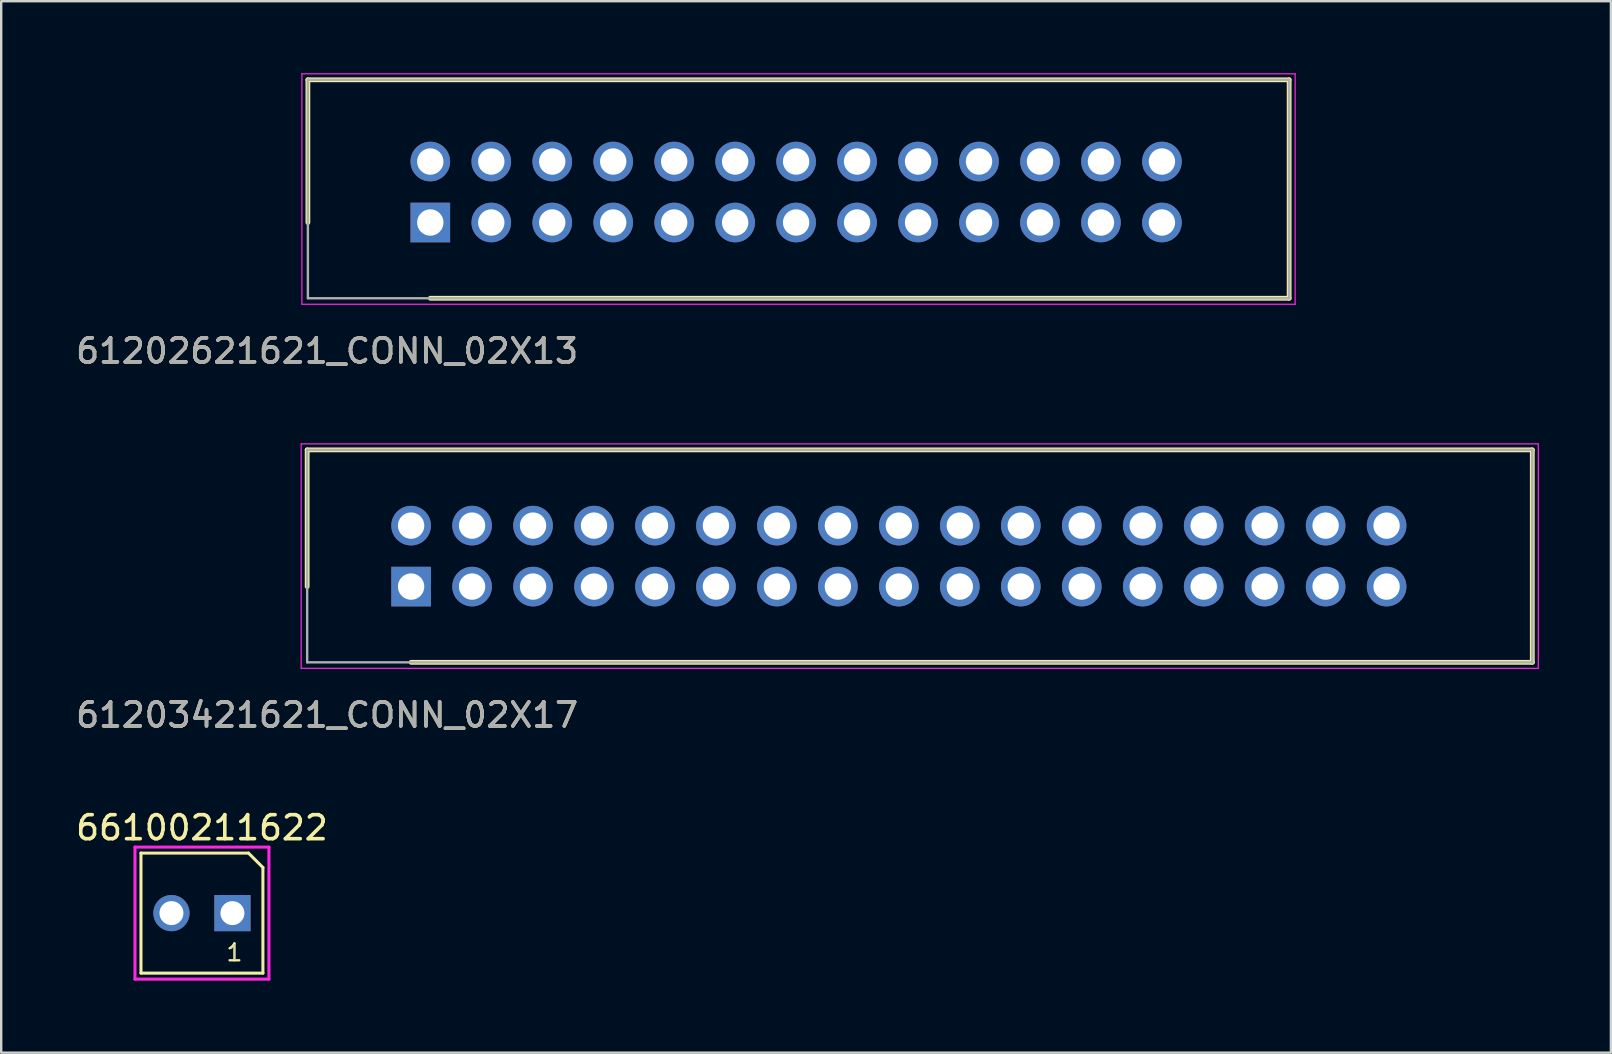
<source format=kicad_pcb>
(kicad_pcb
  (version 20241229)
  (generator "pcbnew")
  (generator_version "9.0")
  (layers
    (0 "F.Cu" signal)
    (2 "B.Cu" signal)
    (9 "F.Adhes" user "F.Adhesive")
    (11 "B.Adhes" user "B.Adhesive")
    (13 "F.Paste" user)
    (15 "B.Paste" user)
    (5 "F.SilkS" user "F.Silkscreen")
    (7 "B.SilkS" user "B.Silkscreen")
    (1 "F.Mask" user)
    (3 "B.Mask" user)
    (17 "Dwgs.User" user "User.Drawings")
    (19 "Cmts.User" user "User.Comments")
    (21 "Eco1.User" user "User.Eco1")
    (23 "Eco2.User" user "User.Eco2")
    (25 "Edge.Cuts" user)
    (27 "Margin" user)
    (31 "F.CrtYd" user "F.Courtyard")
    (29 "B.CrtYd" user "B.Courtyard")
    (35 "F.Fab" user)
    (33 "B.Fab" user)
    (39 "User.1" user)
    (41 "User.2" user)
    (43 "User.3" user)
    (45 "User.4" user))
  (footprint "61203421621_CONN_02X17"
    (layer "F.Cu")
    (at 14.077 21.388)
    (property "Reference" "61203421621_CONN_02X17" (at -3.5 5.35 0) (layer "F.SilkS") (effects (font (size 1 1) (thickness 0.15))))
    (attr through_hole)
    (fp_line (start -4.33 -5.695) (end -4.33 0) (stroke (width 0.2) (type solid)) (layer "F.SilkS"))
    (fp_line (start 0 3.155) (end 46.71 3.155) (stroke (width 0.2) (type solid)) (layer "F.SilkS"))
    (fp_line (start 46.71 -5.695) (end -4.33 -5.695) (stroke (width 0.2) (type solid)) (layer "F.SilkS"))
    (fp_line (start 46.71 3.155) (end 46.71 -5.695) (stroke (width 0.2) (type solid)) (layer "F.SilkS"))
    (fp_line (start -4.58 -5.945) (end 46.96 -5.945) (stroke (width 0.05) (type solid)) (layer "F.CrtYd"))
    (fp_line (start -4.58 3.405) (end -4.58 -5.945) (stroke (width 0.05) (type solid)) (layer "F.CrtYd"))
    (fp_line (start 46.96 -5.945) (end 46.96 3.405) (stroke (width 0.05) (type solid)) (layer "F.CrtYd"))
    (fp_line (start 46.96 3.405) (end -4.58 3.405) (stroke (width 0.05) (type solid)) (layer "F.CrtYd"))
    (fp_line (start -4.33 -5.695) (end 46.71 -5.695) (stroke (width 0.1) (type solid)) (layer "F.Fab"))
    (fp_line (start -4.33 3.155) (end -4.33 -5.695) (stroke (width 0.1) (type solid)) (layer "F.Fab"))
    (fp_line (start 46.71 -5.695) (end 46.71 3.155) (stroke (width 0.1) (type solid)) (layer "F.Fab"))
    (fp_line (start 46.71 3.155) (end -4.33 3.155) (stroke (width 0.1) (type solid)) (layer "F.Fab"))
    (fp_text user "${REFERENCE}" (at -3.5 5.35 0) (layer "F.Fab") (effects (font (size 1 1) (thickness 0.15))))
    (pad "1" thru_hole rect (at 0 0) (size 1.65 1.65) (drill 1.1) (layers "*.Cu" "*.Mask"))
    (pad "2" thru_hole circle (at 0 -2.54) (size 1.65 1.65) (drill 1.1) (layers "*.Cu" "*.Mask"))
    (pad "3" thru_hole circle (at 2.54 0) (size 1.65 1.65) (drill 1.1) (layers "*.Cu" "*.Mask"))
    (pad "4" thru_hole circle (at 2.54 -2.54) (size 1.65 1.65) (drill 1.1) (layers "*.Cu" "*.Mask"))
    (pad "5" thru_hole circle (at 5.08 0) (size 1.65 1.65) (drill 1.1) (layers "*.Cu" "*.Mask"))
    (pad "6" thru_hole circle (at 5.08 -2.54) (size 1.65 1.65) (drill 1.1) (layers "*.Cu" "*.Mask"))
    (pad "7" thru_hole circle (at 7.62 0) (size 1.65 1.65) (drill 1.1) (layers "*.Cu" "*.Mask"))
    (pad "8" thru_hole circle (at 7.62 -2.54) (size 1.65 1.65) (drill 1.1) (layers "*.Cu" "*.Mask"))
    (pad "9" thru_hole circle (at 10.16 0) (size 1.65 1.65) (drill 1.1) (layers "*.Cu" "*.Mask"))
    (pad "10" thru_hole circle (at 10.16 -2.54) (size 1.65 1.65) (drill 1.1) (layers "*.Cu" "*.Mask"))
    (pad "11" thru_hole circle (at 12.7 0) (size 1.65 1.65) (drill 1.1) (layers "*.Cu" "*.Mask"))
    (pad "12" thru_hole circle (at 12.7 -2.54) (size 1.65 1.65) (drill 1.1) (layers "*.Cu" "*.Mask"))
    (pad "13" thru_hole circle (at 15.24 0) (size 1.65 1.65) (drill 1.1) (layers "*.Cu" "*.Mask"))
    (pad "14" thru_hole circle (at 15.24 -2.54) (size 1.65 1.65) (drill 1.1) (layers "*.Cu" "*.Mask"))
    (pad "15" thru_hole circle (at 17.78 0) (size 1.65 1.65) (drill 1.1) (layers "*.Cu" "*.Mask"))
    (pad "16" thru_hole circle (at 17.78 -2.54) (size 1.65 1.65) (drill 1.1) (layers "*.Cu" "*.Mask"))
    (pad "17" thru_hole circle (at 20.32 0) (size 1.65 1.65) (drill 1.1) (layers "*.Cu" "*.Mask"))
    (pad "18" thru_hole circle (at 20.32 -2.54) (size 1.65 1.65) (drill 1.1) (layers "*.Cu" "*.Mask"))
    (pad "19" thru_hole circle (at 22.86 0) (size 1.65 1.65) (drill 1.1) (layers "*.Cu" "*.Mask"))
    (pad "20" thru_hole circle (at 22.86 -2.54) (size 1.65 1.65) (drill 1.1) (layers "*.Cu" "*.Mask"))
    (pad "21" thru_hole circle (at 25.4 0) (size 1.65 1.65) (drill 1.1) (layers "*.Cu" "*.Mask"))
    (pad "22" thru_hole circle (at 25.4 -2.54) (size 1.65 1.65) (drill 1.1) (layers "*.Cu" "*.Mask"))
    (pad "23" thru_hole circle (at 27.94 0) (size 1.65 1.65) (drill 1.1) (layers "*.Cu" "*.Mask"))
    (pad "24" thru_hole circle (at 27.94 -2.54) (size 1.65 1.65) (drill 1.1) (layers "*.Cu" "*.Mask"))
    (pad "25" thru_hole circle (at 30.48 0) (size 1.65 1.65) (drill 1.1) (layers "*.Cu" "*.Mask"))
    (pad "26" thru_hole circle (at 30.48 -2.54) (size 1.65 1.65) (drill 1.1) (layers "*.Cu" "*.Mask"))
    (pad "27" thru_hole circle (at 33.02 0) (size 1.65 1.65) (drill 1.1) (layers "*.Cu" "*.Mask"))
    (pad "28" thru_hole circle (at 33.02 -2.54) (size 1.65 1.65) (drill 1.1) (layers "*.Cu" "*.Mask"))
    (pad "29" thru_hole circle (at 35.56 0) (size 1.65 1.65) (drill 1.1) (layers "*.Cu" "*.Mask"))
    (pad "30" thru_hole circle (at 35.56 -2.54) (size 1.65 1.65) (drill 1.1) (layers "*.Cu" "*.Mask"))
    (pad "31" thru_hole circle (at 38.1 0) (size 1.65 1.65) (drill 1.1) (layers "*.Cu" "*.Mask"))
    (pad "32" thru_hole circle (at 38.1 -2.54) (size 1.65 1.65) (drill 1.1) (layers "*.Cu" "*.Mask"))
    (pad "33" thru_hole circle (at 40.64 0) (size 1.65 1.65) (drill 1.1) (layers "*.Cu" "*.Mask"))
    (pad "34" thru_hole circle (at 40.64 -2.54) (size 1.65 1.65) (drill 1.1) (layers "*.Cu" "*.Mask")))
  (footprint "66100211622"
    (layer "F.Cu")
    (at 5.363 34.991)
    (property "Reference" "66100211622" (at 0 -3.556 0) (layer "F.SilkS") (effects (font (size 1 1) (thickness 0.15))))
    (attr through_hole)
    (fp_line (start -2.54 -2.5) (end -2.54 2.5) (stroke (width 0.127) (type solid)) (layer "F.SilkS"))
    (fp_line (start -2.54 -2.5) (end 1.94 -2.5) (stroke (width 0.127) (type solid)) (layer "F.SilkS"))
    (fp_line (start -2.54 2.5) (end 2.54 2.5) (stroke (width 0.127) (type solid)) (layer "F.SilkS"))
    (fp_line (start 1.94 -2.5) (end 2.54 -1.9) (stroke (width 0.127) (type solid)) (layer "F.SilkS"))
    (fp_line (start 2.54 -1.9) (end 2.54 2.5) (stroke (width 0.127) (type solid)) (layer "F.SilkS"))
    (fp_line (start -2.79 -2.75) (end 2.79 -2.75) (stroke (width 0.127) (type solid)) (layer "F.CrtYd"))
    (fp_line (start -2.79 2.75) (end -2.79 -2.75) (stroke (width 0.127) (type solid)) (layer "F.CrtYd"))
    (fp_line (start 2.79 -2.75) (end 2.79 2.75) (stroke (width 0.127) (type solid)) (layer "F.CrtYd"))
    (fp_line (start 2.79 2.75) (end -2.79 2.75) (stroke (width 0.127) (type solid)) (layer "F.CrtYd"))
    (fp_text user "1" (at 1.354 1.646 0) (layer "F.SilkS") (effects (font (size 0.7 0.7) (thickness 0.1))))
    (fp_text user "1" (at 1.354 1.646 0) (layer "F.Fab") (effects (font (size 0.64 0.64) (thickness 0.015))))
    (pad "1" thru_hole rect (at 1.27 0) (size 1.508 1.508) (drill 1) (layers "*.Cu" "*.Mask"))
    (pad "2" thru_hole circle (at -1.27 0) (size 1.508 1.508) (drill 1) (layers "*.Cu" "*.Mask")))
  (footprint "61202621621_CONN_02X13"
    (layer "F.Cu")
    (at 14.877 6.22)
    (property "Reference" "61202621621_CONN_02X13" (at -4.3 5.35 0) (layer "F.SilkS") (effects (font (size 1 1) (thickness 0.15))))
    (attr through_hole)
    (fp_line (start -5.1 -5.945) (end -5.1 0) (stroke (width 0.2) (type solid)) (layer "F.SilkS"))
    (fp_line (start 0 3.155) (end 35.78 3.155) (stroke (width 0.2) (type solid)) (layer "F.SilkS"))
    (fp_line (start 35.78 -5.945) (end -5.1 -5.945) (stroke (width 0.2) (type solid)) (layer "F.SilkS"))
    (fp_line (start 35.78 3.155) (end 35.78 -5.945) (stroke (width 0.2) (type solid)) (layer "F.SilkS"))
    (fp_line (start -5.35 -6.195) (end 36.03 -6.195) (stroke (width 0.05) (type solid)) (layer "F.CrtYd"))
    (fp_line (start -5.35 3.405) (end -5.35 -6.195) (stroke (width 0.05) (type solid)) (layer "F.CrtYd"))
    (fp_line (start 36.03 -6.195) (end 36.03 3.405) (stroke (width 0.05) (type solid)) (layer "F.CrtYd"))
    (fp_line (start 36.03 3.405) (end -5.35 3.405) (stroke (width 0.05) (type solid)) (layer "F.CrtYd"))
    (fp_line (start -5.1 -5.945) (end 35.78 -5.945) (stroke (width 0.1) (type solid)) (layer "F.Fab"))
    (fp_line (start -5.1 3.155) (end -5.1 -5.945) (stroke (width 0.1) (type solid)) (layer "F.Fab"))
    (fp_line (start 35.78 -5.945) (end 35.78 3.155) (stroke (width 0.1) (type solid)) (layer "F.Fab"))
    (fp_line (start 35.78 3.155) (end -5.1 3.155) (stroke (width 0.1) (type solid)) (layer "F.Fab"))
    (fp_text user "${REFERENCE}" (at -4.3 5.35 0) (layer "F.Fab") (effects (font (size 1 1) (thickness 0.15))))
    (pad "1" thru_hole rect (at 0 0) (size 1.65 1.65) (drill 1.1) (layers "*.Cu" "*.Mask"))
    (pad "2" thru_hole circle (at 0 -2.54) (size 1.65 1.65) (drill 1.1) (layers "*.Cu" "*.Mask"))
    (pad "3" thru_hole circle (at 2.54 0) (size 1.65 1.65) (drill 1.1) (layers "*.Cu" "*.Mask"))
    (pad "4" thru_hole circle (at 2.54 -2.54) (size 1.65 1.65) (drill 1.1) (layers "*.Cu" "*.Mask"))
    (pad "5" thru_hole circle (at 5.08 0) (size 1.65 1.65) (drill 1.1) (layers "*.Cu" "*.Mask"))
    (pad "6" thru_hole circle (at 5.08 -2.54) (size 1.65 1.65) (drill 1.1) (layers "*.Cu" "*.Mask"))
    (pad "7" thru_hole circle (at 7.62 0) (size 1.65 1.65) (drill 1.1) (layers "*.Cu" "*.Mask"))
    (pad "8" thru_hole circle (at 7.62 -2.54) (size 1.65 1.65) (drill 1.1) (layers "*.Cu" "*.Mask"))
    (pad "9" thru_hole circle (at 10.16 0) (size 1.65 1.65) (drill 1.1) (layers "*.Cu" "*.Mask"))
    (pad "10" thru_hole circle (at 10.16 -2.54) (size 1.65 1.65) (drill 1.1) (layers "*.Cu" "*.Mask"))
    (pad "11" thru_hole circle (at 12.7 0) (size 1.65 1.65) (drill 1.1) (layers "*.Cu" "*.Mask"))
    (pad "12" thru_hole circle (at 12.7 -2.54) (size 1.65 1.65) (drill 1.1) (layers "*.Cu" "*.Mask"))
    (pad "13" thru_hole circle (at 15.24 0) (size 1.65 1.65) (drill 1.1) (layers "*.Cu" "*.Mask"))
    (pad "14" thru_hole circle (at 15.24 -2.54) (size 1.65 1.65) (drill 1.1) (layers "*.Cu" "*.Mask"))
    (pad "15" thru_hole circle (at 17.78 0) (size 1.65 1.65) (drill 1.1) (layers "*.Cu" "*.Mask"))
    (pad "16" thru_hole circle (at 17.78 -2.54) (size 1.65 1.65) (drill 1.1) (layers "*.Cu" "*.Mask"))
    (pad "17" thru_hole circle (at 20.32 0) (size 1.65 1.65) (drill 1.1) (layers "*.Cu" "*.Mask"))
    (pad "18" thru_hole circle (at 20.32 -2.54) (size 1.65 1.65) (drill 1.1) (layers "*.Cu" "*.Mask"))
    (pad "19" thru_hole circle (at 22.86 0) (size 1.65 1.65) (drill 1.1) (layers "*.Cu" "*.Mask"))
    (pad "20" thru_hole circle (at 22.86 -2.54) (size 1.65 1.65) (drill 1.1) (layers "*.Cu" "*.Mask"))
    (pad "21" thru_hole circle (at 25.4 0) (size 1.65 1.65) (drill 1.1) (layers "*.Cu" "*.Mask"))
    (pad "22" thru_hole circle (at 25.4 -2.54) (size 1.65 1.65) (drill 1.1) (layers "*.Cu" "*.Mask"))
    (pad "23" thru_hole circle (at 27.94 0) (size 1.65 1.65) (drill 1.1) (layers "*.Cu" "*.Mask"))
    (pad "24" thru_hole circle (at 27.94 -2.54) (size 1.65 1.65) (drill 1.1) (layers "*.Cu" "*.Mask"))
    (pad "25" thru_hole circle (at 30.48 0) (size 1.65 1.65) (drill 1.1) (layers "*.Cu" "*.Mask"))
    (pad "26" thru_hole circle (at 30.48 -2.54) (size 1.65 1.65) (drill 1.1) (layers "*.Cu" "*.Mask")))
  (gr_rect
    (start -3 -3)
    (end 64.062 40.804)
    (stroke (width 0.1) (type default))
    (fill no)
    (layer "Edge.Cuts")))
</source>
